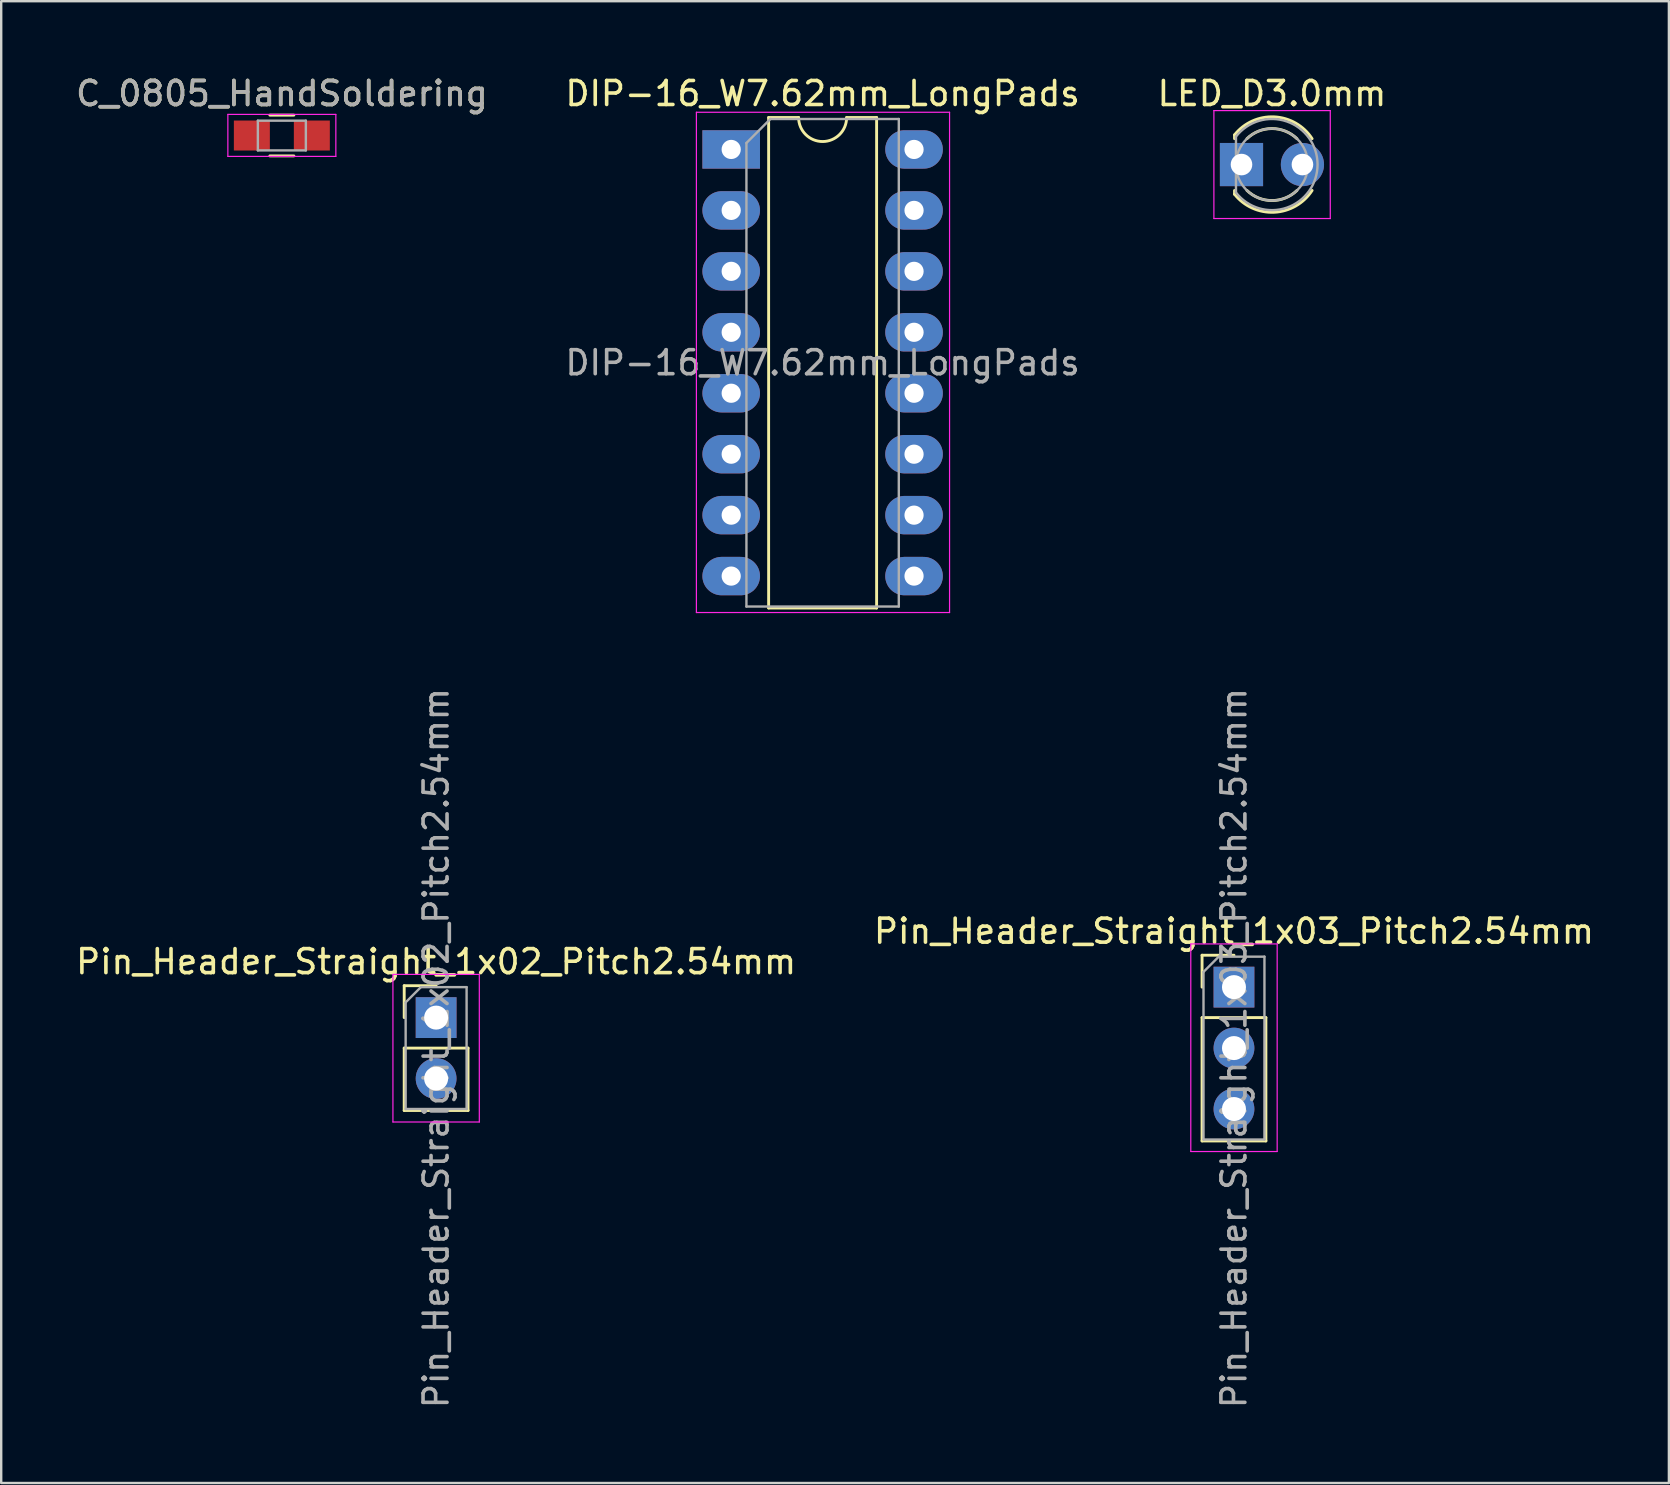
<source format=kicad_pcb>
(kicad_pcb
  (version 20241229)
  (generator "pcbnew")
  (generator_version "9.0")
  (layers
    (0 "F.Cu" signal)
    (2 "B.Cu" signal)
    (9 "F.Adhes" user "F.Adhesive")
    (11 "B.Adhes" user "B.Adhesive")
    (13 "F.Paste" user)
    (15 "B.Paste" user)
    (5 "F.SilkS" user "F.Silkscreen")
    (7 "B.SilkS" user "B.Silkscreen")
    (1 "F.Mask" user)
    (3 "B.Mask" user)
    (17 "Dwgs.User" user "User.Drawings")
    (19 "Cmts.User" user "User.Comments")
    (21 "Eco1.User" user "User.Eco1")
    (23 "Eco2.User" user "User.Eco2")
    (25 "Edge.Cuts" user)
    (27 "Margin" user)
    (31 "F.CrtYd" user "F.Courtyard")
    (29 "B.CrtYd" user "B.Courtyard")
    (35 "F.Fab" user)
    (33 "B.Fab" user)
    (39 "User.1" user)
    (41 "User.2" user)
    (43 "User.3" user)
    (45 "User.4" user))
  (footprint "DIP-16_W7.62mm_LongPads"
    (layer "F.Cu")
    (at 27.422 3.178)
    (property "Reference" "DIP-16_W7.62mm_LongPads" (at 3.81 -2.33 0) (layer "F.SilkS") (effects (font (size 1 1) (thickness 0.15))))
    (attr through_hole)
    (fp_line (start 1.56 -1.33) (end 1.56 19.11) (stroke (width 0.12) (type solid)) (layer "F.SilkS"))
    (fp_line (start 1.56 19.11) (end 6.06 19.11) (stroke (width 0.12) (type solid)) (layer "F.SilkS"))
    (fp_line (start 2.81 -1.33) (end 1.56 -1.33) (stroke (width 0.12) (type solid)) (layer "F.SilkS"))
    (fp_line (start 6.06 -1.33) (end 4.81 -1.33) (stroke (width 0.12) (type solid)) (layer "F.SilkS"))
    (fp_line (start 6.06 19.11) (end 6.06 -1.33) (stroke (width 0.12) (type solid)) (layer "F.SilkS"))
    (fp_arc (start 4.81 -1.33) (mid 3.81 -0.33) (end 2.81 -1.33) (stroke (width 0.12) (type solid)) (layer "F.SilkS"))
    (fp_line (start -1.45 -1.55) (end -1.45 19.3) (stroke (width 0.05) (type solid)) (layer "F.CrtYd"))
    (fp_line (start -1.45 19.3) (end 9.1 19.3) (stroke (width 0.05) (type solid)) (layer "F.CrtYd"))
    (fp_line (start 9.1 -1.55) (end -1.45 -1.55) (stroke (width 0.05) (type solid)) (layer "F.CrtYd"))
    (fp_line (start 9.1 19.3) (end 9.1 -1.55) (stroke (width 0.05) (type solid)) (layer "F.CrtYd"))
    (fp_line (start 0.635 -0.27) (end 1.635 -1.27) (stroke (width 0.1) (type solid)) (layer "F.Fab"))
    (fp_line (start 0.635 19.05) (end 0.635 -0.27) (stroke (width 0.1) (type solid)) (layer "F.Fab"))
    (fp_line (start 1.635 -1.27) (end 6.985 -1.27) (stroke (width 0.1) (type solid)) (layer "F.Fab"))
    (fp_line (start 6.985 -1.27) (end 6.985 19.05) (stroke (width 0.1) (type solid)) (layer "F.Fab"))
    (fp_line (start 6.985 19.05) (end 0.635 19.05) (stroke (width 0.1) (type solid)) (layer "F.Fab"))
    (fp_text user "${REFERENCE}" (at 3.81 8.89 0) (layer "F.Fab") (effects (font (size 1 1) (thickness 0.15))))
    (pad "1" thru_hole rect (at 0 0) (size 2.4 1.6) (drill 0.8) (layers "*.Cu" "*.Mask"))
    (pad "2" thru_hole oval (at 0 2.54) (size 2.4 1.6) (drill 0.8) (layers "*.Cu" "*.Mask"))
    (pad "3" thru_hole oval (at 0 5.08) (size 2.4 1.6) (drill 0.8) (layers "*.Cu" "*.Mask"))
    (pad "4" thru_hole oval (at 0 7.62) (size 2.4 1.6) (drill 0.8) (layers "*.Cu" "*.Mask"))
    (pad "5" thru_hole oval (at 0 10.16) (size 2.4 1.6) (drill 0.8) (layers "*.Cu" "*.Mask"))
    (pad "6" thru_hole oval (at 0 12.7) (size 2.4 1.6) (drill 0.8) (layers "*.Cu" "*.Mask"))
    (pad "7" thru_hole oval (at 0 15.24) (size 2.4 1.6) (drill 0.8) (layers "*.Cu" "*.Mask"))
    (pad "8" thru_hole oval (at 0 17.78) (size 2.4 1.6) (drill 0.8) (layers "*.Cu" "*.Mask"))
    (pad "9" thru_hole oval (at 7.62 17.78) (size 2.4 1.6) (drill 0.8) (layers "*.Cu" "*.Mask"))
    (pad "10" thru_hole oval (at 7.62 15.24) (size 2.4 1.6) (drill 0.8) (layers "*.Cu" "*.Mask"))
    (pad "11" thru_hole oval (at 7.62 12.7) (size 2.4 1.6) (drill 0.8) (layers "*.Cu" "*.Mask"))
    (pad "12" thru_hole oval (at 7.62 10.16) (size 2.4 1.6) (drill 0.8) (layers "*.Cu" "*.Mask"))
    (pad "13" thru_hole oval (at 7.62 7.62) (size 2.4 1.6) (drill 0.8) (layers "*.Cu" "*.Mask"))
    (pad "14" thru_hole oval (at 7.62 5.08) (size 2.4 1.6) (drill 0.8) (layers "*.Cu" "*.Mask"))
    (pad "15" thru_hole oval (at 7.62 2.54) (size 2.4 1.6) (drill 0.8) (layers "*.Cu" "*.Mask"))
    (pad "16" thru_hole oval (at 7.62 0) (size 2.4 1.6) (drill 0.8) (layers "*.Cu" "*.Mask")))
  (footprint "Pin_Header_Straight_1x03_Pitch2.54mm"
    (layer "F.Cu")
    (at 48.375 38.088)
    (property "Reference" "Pin_Header_Straight_1x03_Pitch2.54mm" (at 0 -2.33 0) (layer "F.SilkS") (effects (font (size 1 1) (thickness 0.15))))
    (attr through_hole)
    (fp_line (start -1.33 -1.33) (end 0 -1.33) (stroke (width 0.12) (type solid)) (layer "F.SilkS"))
    (fp_line (start -1.33 0) (end -1.33 -1.33) (stroke (width 0.12) (type solid)) (layer "F.SilkS"))
    (fp_line (start -1.33 1.27) (end -1.33 6.41) (stroke (width 0.12) (type solid)) (layer "F.SilkS"))
    (fp_line (start -1.33 1.27) (end 1.33 1.27) (stroke (width 0.12) (type solid)) (layer "F.SilkS"))
    (fp_line (start -1.33 6.41) (end 1.33 6.41) (stroke (width 0.12) (type solid)) (layer "F.SilkS"))
    (fp_line (start 1.33 1.27) (end 1.33 6.41) (stroke (width 0.12) (type solid)) (layer "F.SilkS"))
    (fp_line (start -1.8 -1.8) (end -1.8 6.85) (stroke (width 0.05) (type solid)) (layer "F.CrtYd"))
    (fp_line (start -1.8 6.85) (end 1.8 6.85) (stroke (width 0.05) (type solid)) (layer "F.CrtYd"))
    (fp_line (start 1.8 -1.8) (end -1.8 -1.8) (stroke (width 0.05) (type solid)) (layer "F.CrtYd"))
    (fp_line (start 1.8 6.85) (end 1.8 -1.8) (stroke (width 0.05) (type solid)) (layer "F.CrtYd"))
    (fp_line (start -1.27 -0.635) (end -0.635 -1.27) (stroke (width 0.1) (type solid)) (layer "F.Fab"))
    (fp_line (start -1.27 6.35) (end -1.27 -0.635) (stroke (width 0.1) (type solid)) (layer "F.Fab"))
    (fp_line (start -0.635 -1.27) (end 1.27 -1.27) (stroke (width 0.1) (type solid)) (layer "F.Fab"))
    (fp_line (start 1.27 -1.27) (end 1.27 6.35) (stroke (width 0.1) (type solid)) (layer "F.Fab"))
    (fp_line (start 1.27 6.35) (end -1.27 6.35) (stroke (width 0.1) (type solid)) (layer "F.Fab"))
    (fp_text user "${REFERENCE}" (at 0 2.54 90) (layer "F.Fab") (effects (font (size 1 1) (thickness 0.15))))
    (pad "1" thru_hole rect (at 0 0) (size 1.7 1.7) (drill 1) (layers "*.Cu" "*.Mask"))
    (pad "2" thru_hole oval (at 0 2.54) (size 1.7 1.7) (drill 1) (layers "*.Cu" "*.Mask"))
    (pad "3" thru_hole oval (at 0 5.08) (size 1.7 1.7) (drill 1) (layers "*.Cu" "*.Mask")))
  (footprint "Pin_Header_Straight_1x02_Pitch2.54mm"
    (layer "F.Cu")
    (at 15.125 39.358)
    (property "Reference" "Pin_Header_Straight_1x02_Pitch2.54mm" (at 0 -2.33 0) (layer "F.SilkS") (effects (font (size 1 1) (thickness 0.15))))
    (attr through_hole)
    (fp_line (start -1.33 -1.33) (end 0 -1.33) (stroke (width 0.12) (type solid)) (layer "F.SilkS"))
    (fp_line (start -1.33 0) (end -1.33 -1.33) (stroke (width 0.12) (type solid)) (layer "F.SilkS"))
    (fp_line (start -1.33 1.27) (end -1.33 3.87) (stroke (width 0.12) (type solid)) (layer "F.SilkS"))
    (fp_line (start -1.33 1.27) (end 1.33 1.27) (stroke (width 0.12) (type solid)) (layer "F.SilkS"))
    (fp_line (start -1.33 3.87) (end 1.33 3.87) (stroke (width 0.12) (type solid)) (layer "F.SilkS"))
    (fp_line (start 1.33 1.27) (end 1.33 3.87) (stroke (width 0.12) (type solid)) (layer "F.SilkS"))
    (fp_line (start -1.8 -1.8) (end -1.8 4.35) (stroke (width 0.05) (type solid)) (layer "F.CrtYd"))
    (fp_line (start -1.8 4.35) (end 1.8 4.35) (stroke (width 0.05) (type solid)) (layer "F.CrtYd"))
    (fp_line (start 1.8 -1.8) (end -1.8 -1.8) (stroke (width 0.05) (type solid)) (layer "F.CrtYd"))
    (fp_line (start 1.8 4.35) (end 1.8 -1.8) (stroke (width 0.05) (type solid)) (layer "F.CrtYd"))
    (fp_line (start -1.27 -0.635) (end -0.635 -1.27) (stroke (width 0.1) (type solid)) (layer "F.Fab"))
    (fp_line (start -1.27 3.81) (end -1.27 -0.635) (stroke (width 0.1) (type solid)) (layer "F.Fab"))
    (fp_line (start -0.635 -1.27) (end 1.27 -1.27) (stroke (width 0.1) (type solid)) (layer "F.Fab"))
    (fp_line (start 1.27 -1.27) (end 1.27 3.81) (stroke (width 0.1) (type solid)) (layer "F.Fab"))
    (fp_line (start 1.27 3.81) (end -1.27 3.81) (stroke (width 0.1) (type solid)) (layer "F.Fab"))
    (fp_text user "${REFERENCE}" (at 0 1.27 90) (layer "F.Fab") (effects (font (size 1 1) (thickness 0.15))))
    (pad "1" thru_hole rect (at 0 0) (size 1.7 1.7) (drill 1) (layers "*.Cu" "*.Mask"))
    (pad "2" thru_hole oval (at 0 2.54) (size 1.7 1.7) (drill 1) (layers "*.Cu" "*.Mask")))
  (footprint "C_0805_HandSoldering"
    (layer "F.Cu")
    (at 8.696 2.598)
    (property "Reference" "C_0805_HandSoldering" (at 0 -1.75 0) (layer "F.SilkS") (effects (font (size 1 1) (thickness 0.15))))
    (attr smd)
    (fp_line (start -0.5 0.85) (end 0.5 0.85) (stroke (width 0.12) (type solid)) (layer "F.SilkS"))
    (fp_line (start 0.5 -0.85) (end -0.5 -0.85) (stroke (width 0.12) (type solid)) (layer "F.SilkS"))
    (fp_line (start -2.25 -0.88) (end -2.25 0.87) (stroke (width 0.05) (type solid)) (layer "F.CrtYd"))
    (fp_line (start -2.25 -0.88) (end 2.25 -0.88) (stroke (width 0.05) (type solid)) (layer "F.CrtYd"))
    (fp_line (start 2.25 0.87) (end -2.25 0.87) (stroke (width 0.05) (type solid)) (layer "F.CrtYd"))
    (fp_line (start 2.25 0.87) (end 2.25 -0.88) (stroke (width 0.05) (type solid)) (layer "F.CrtYd"))
    (fp_line (start -1 -0.62) (end 1 -0.62) (stroke (width 0.1) (type solid)) (layer "F.Fab"))
    (fp_line (start -1 0.62) (end -1 -0.62) (stroke (width 0.1) (type solid)) (layer "F.Fab"))
    (fp_line (start 1 -0.62) (end 1 0.62) (stroke (width 0.1) (type solid)) (layer "F.Fab"))
    (fp_line (start 1 0.62) (end -1 0.62) (stroke (width 0.1) (type solid)) (layer "F.Fab"))
    (fp_text user "${REFERENCE}" (at 0 -1.75 0) (layer "F.Fab") (effects (font (size 1 1) (thickness 0.15))))
    (pad "1" smd rect (at -1.25 0) (size 1.5 1.25) (layers "F.Cu" "F.Mask" "F.Paste"))
    (pad "2" smd rect (at 1.25 0) (size 1.5 1.25) (layers "F.Cu" "F.Mask" "F.Paste")))
  (footprint "LED_D3.0mm"
    (layer "F.Cu")
    (at 48.688 3.808)
    (property "Reference" "LED_D3.0mm" (at 1.27 -2.96 0) (layer "F.SilkS") (effects (font (size 1 1) (thickness 0.15))))
    (attr through_hole)
    (fp_line (start -0.29 -1.236) (end -0.29 -1.08) (stroke (width 0.12) (type solid)) (layer "F.SilkS"))
    (fp_line (start -0.29 1.08) (end -0.29 1.236) (stroke (width 0.12) (type solid)) (layer "F.SilkS"))
    (fp_arc (start -0.29 -1.235516) (mid 1.366487 -1.987659) (end 2.942335 -1.078608) (stroke (width 0.12) (type solid)) (layer "F.SilkS"))
    (fp_arc (start 0.229039 -1.08) (mid 1.270117 -1.5) (end 2.31113 -1.079837) (stroke (width 0.12) (type solid)) (layer "F.SilkS"))
    (fp_arc (start 2.31113 1.079837) (mid 1.270117 1.5) (end 0.229039 1.08) (stroke (width 0.12) (type solid)) (layer "F.SilkS"))
    (fp_arc (start 2.942335 1.078608) (mid 1.366487 1.987659) (end -0.29 1.235516) (stroke (width 0.12) (type solid)) (layer "F.SilkS"))
    (fp_line (start -1.15 -2.25) (end -1.15 2.25) (stroke (width 0.05) (type solid)) (layer "F.CrtYd"))
    (fp_line (start -1.15 2.25) (end 3.7 2.25) (stroke (width 0.05) (type solid)) (layer "F.CrtYd"))
    (fp_line (start 3.7 -2.25) (end -1.15 -2.25) (stroke (width 0.05) (type solid)) (layer "F.CrtYd"))
    (fp_line (start 3.7 2.25) (end 3.7 -2.25) (stroke (width 0.05) (type solid)) (layer "F.CrtYd"))
    (fp_line (start -0.23 -1.166) (end -0.23 1.166) (stroke (width 0.1) (type solid)) (layer "F.Fab"))
    (fp_arc (start -0.23 -1.16619) (mid 3.17 0.000452) (end -0.230555 1.165476) (stroke (width 0.1) (type solid)) (layer "F.Fab"))
    (fp_circle (center 1.27 0) (end 2.77 0) (stroke (width 0.1) (type solid)) (fill no) (layer "F.Fab"))
    (pad "1" thru_hole rect (at 0 0) (size 1.8 1.8) (drill 0.9) (layers "*.Cu" "*.Mask"))
    (pad "2" thru_hole circle (at 2.54 0) (size 1.8 1.8) (drill 0.9) (layers "*.Cu" "*.Mask")))
  (gr_rect
    (start -3 -3)
    (end 66.5 58.753)
    (stroke (width 0.1) (type default))
    (fill no)
    (layer "Edge.Cuts")))
</source>
